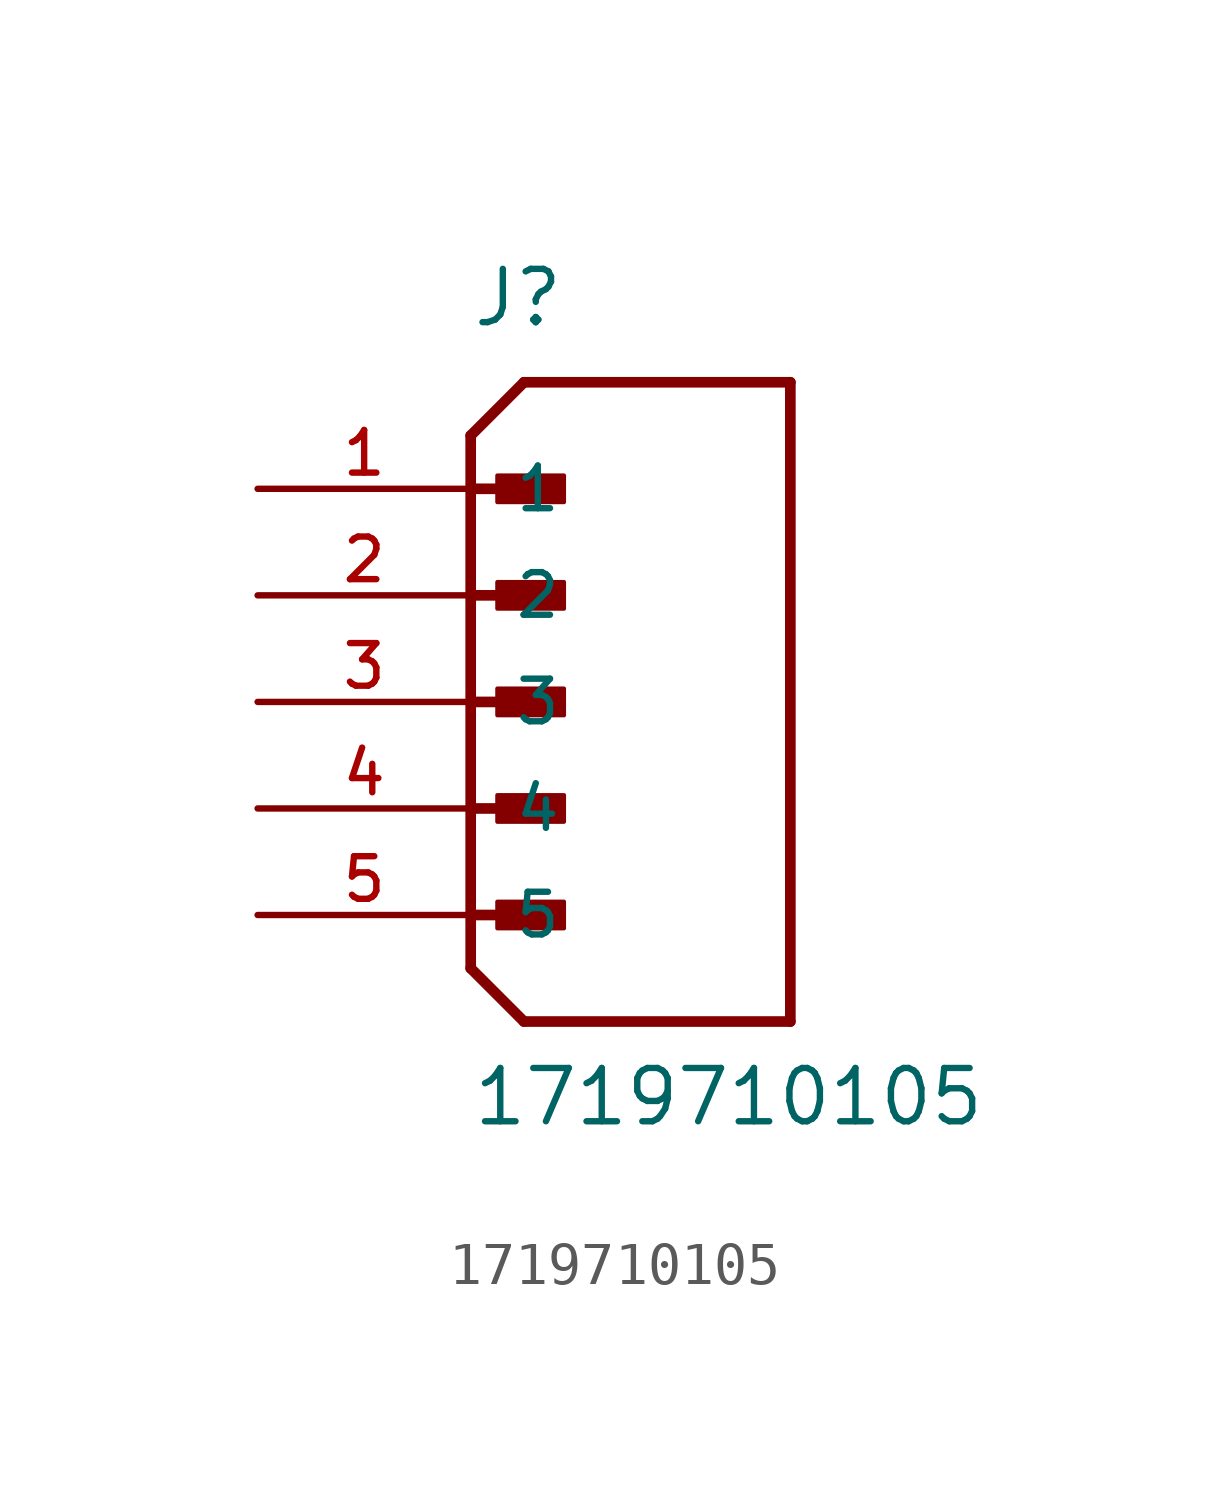
<source format=kicad_sym>
(kicad_symbol_lib
  (version 20231120)
  (generator "kicad_symbol_editor")
  (generator_version "8.0")
  (symbol "1719710105"
    (pin_names
      (offset 1.016))
    (property "Reference" "J"
      (at 0 8.89 0)
      (effects (font (size 1.27 1.27)) (justify left bottom)))
    (property "Value" "1719710105"
      (at 0 -10.16 0)
      (effects (font (size 1.27 1.27)) (justify left bottom)))
    (symbol "1719710105_0_0"
      (polyline (pts (xy 0 -6.35) (xy 1.27 -7.62)) (stroke (width 0.254) (type default)) (fill (type none)))
      (polyline (pts (xy 0 -5.08) (xy 1.905 -5.08)) (stroke (width 0.254) (type default)) (fill (type none)))
      (polyline (pts (xy 0 -2.54) (xy 1.905 -2.54)) (stroke (width 0.254) (type default)) (fill (type none)))
      (polyline (pts (xy 0 0) (xy 1.905 0)) (stroke (width 0.254) (type default)) (fill (type none)))
      (polyline (pts (xy 0 2.54) (xy 1.905 2.54)) (stroke (width 0.254) (type default)) (fill (type none)))
      (polyline (pts (xy 0 5.08) (xy 0 -6.35)) (stroke (width 0.254) (type default)) (fill (type none)))
      (polyline (pts (xy 0 5.08) (xy 1.905 5.08)) (stroke (width 0.254) (type default)) (fill (type none)))
      (polyline (pts (xy 0 6.35) (xy 0 5.08)) (stroke (width 0.254) (type default)) (fill (type none)))
      (polyline (pts (xy 0 6.35) (xy 1.27 7.62)) (stroke (width 0.254) (type default)) (fill (type none)))
      (polyline (pts (xy 1.27 -7.62) (xy 7.62 -7.62)) (stroke (width 0.254) (type default)) (fill (type none)))
      (polyline (pts (xy 7.62 -7.62) (xy 7.62 7.62)) (stroke (width 0.254) (type default)) (fill (type none)))
      (polyline (pts (xy 7.62 7.62) (xy 1.27 7.62)) (stroke (width 0.254) (type default)) (fill (type none)))
      (rectangle (start 0.635 -5.397) (end 2.223 -4.763) (stroke (width 0.1) (type default)) (fill (type outline)))
      (rectangle (start 0.635 -2.857) (end 2.223 -2.223) (stroke (width 0.1) (type default)) (fill (type outline)))
      (rectangle (start 0.635 -0.318) (end 2.223 0.318) (stroke (width 0.1) (type default)) (fill (type outline)))
      (rectangle (start 0.635 2.223) (end 2.223 2.857) (stroke (width 0.1) (type default)) (fill (type outline)))
      (rectangle (start 0.635 4.763) (end 2.223 5.397) (stroke (width 0.1) (type default)) (fill (type outline)))
      (pin passive line (at -5.08 5.08 0) (length 5.08) (name "1" (effects (font (size 1.016 1.016)))) (number "1" (effects (font (size 1.016 1.016)))))
      (pin passive line (at -5.08 2.54 0) (length 5.08) (name "2" (effects (font (size 1.016 1.016)))) (number "2" (effects (font (size 1.016 1.016)))))
      (pin passive line (at -5.08 0 0) (length 5.08) (name "3" (effects (font (size 1.016 1.016)))) (number "3" (effects (font (size 1.016 1.016)))))
      (pin passive line (at -5.08 -2.54 0) (length 5.08) (name "4" (effects (font (size 1.016 1.016)))) (number "4" (effects (font (size 1.016 1.016)))))
      (pin passive line (at -5.08 -5.08 0) (length 5.08) (name "5" (effects (font (size 1.016 1.016)))) (number "5" (effects (font (size 1.016 1.016))))))))
</source>
